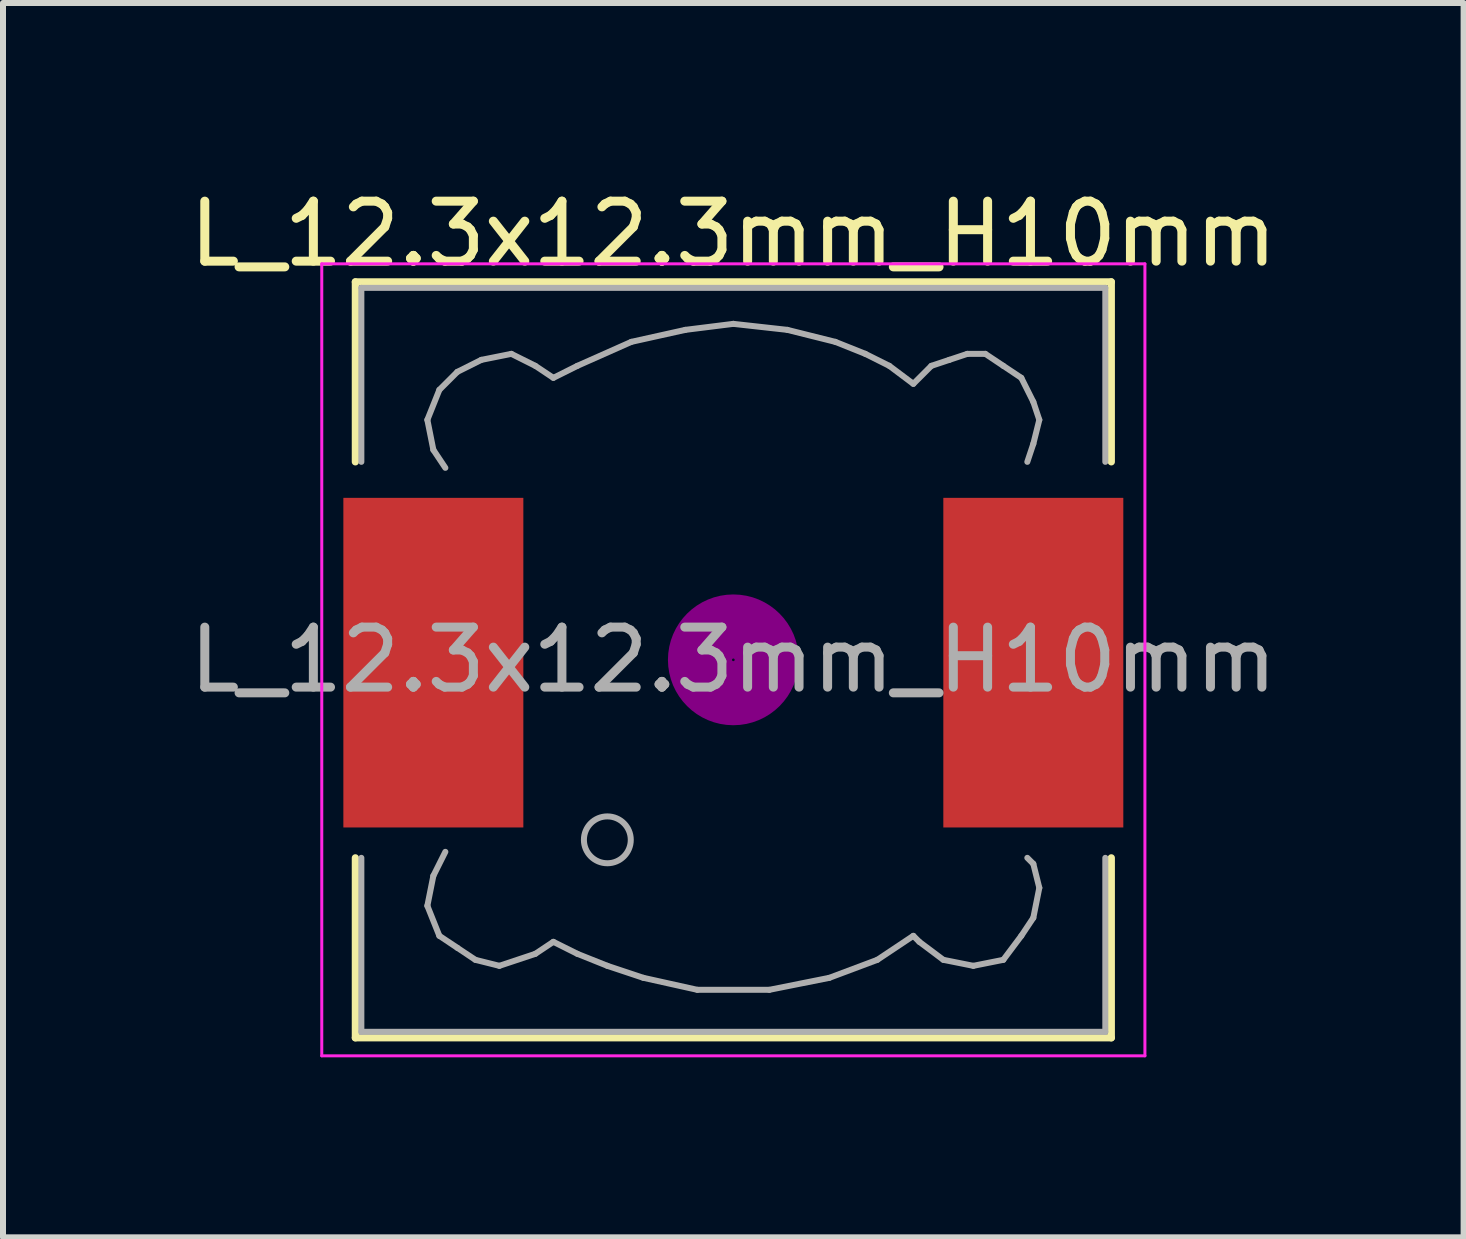
<source format=kicad_pcb>
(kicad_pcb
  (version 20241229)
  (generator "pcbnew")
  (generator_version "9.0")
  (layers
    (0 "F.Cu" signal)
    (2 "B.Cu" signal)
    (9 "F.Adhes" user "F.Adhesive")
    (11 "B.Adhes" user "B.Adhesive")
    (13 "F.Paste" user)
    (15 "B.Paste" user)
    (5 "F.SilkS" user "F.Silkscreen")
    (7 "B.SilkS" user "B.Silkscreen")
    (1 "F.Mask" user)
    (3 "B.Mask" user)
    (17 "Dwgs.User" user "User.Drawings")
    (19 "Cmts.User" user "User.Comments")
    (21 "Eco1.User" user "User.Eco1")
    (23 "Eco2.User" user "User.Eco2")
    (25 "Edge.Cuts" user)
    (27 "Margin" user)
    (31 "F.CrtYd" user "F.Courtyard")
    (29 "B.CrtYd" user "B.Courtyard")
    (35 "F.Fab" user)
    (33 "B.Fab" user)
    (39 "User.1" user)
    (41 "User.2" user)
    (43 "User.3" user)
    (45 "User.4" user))
  (footprint "L_12.3x12.3mm_H10mm"
    (layer "F.Cu")
    (at 9.173 7.948)
    (property "Reference" "L_12.3x12.3mm_H10mm" (at 0 -7.1 0) (layer "F.SilkS") (effects (font (size 1 1) (thickness 0.15))))
    (attr smd)
    (fp_line (start -6.3 -6.3) (end 6.3 -6.3) (stroke (width 0.12) (type solid)) (layer "F.SilkS"))
    (fp_line (start -6.3 -3.3) (end -6.3 -6.3) (stroke (width 0.12) (type solid)) (layer "F.SilkS"))
    (fp_line (start -6.3 6.3) (end -6.3 3.3) (stroke (width 0.12) (type solid)) (layer "F.SilkS"))
    (fp_line (start 6.3 -6.3) (end 6.3 -3.3) (stroke (width 0.12) (type solid)) (layer "F.SilkS"))
    (fp_line (start 6.3 3.3) (end 6.3 6.3) (stroke (width 0.12) (type solid)) (layer "F.SilkS"))
    (fp_line (start 6.3 6.3) (end -6.3 6.3) (stroke (width 0.12) (type solid)) (layer "F.SilkS"))
    (fp_circle (center 0 0) (end 0.15 0.15) (stroke (width 0.38) (type solid)) (fill no) (layer "F.Adhes"))
    (fp_circle (center 0 0) (end 0.55 0) (stroke (width 0.38) (type solid)) (fill no) (layer "F.Adhes"))
    (fp_circle (center 0 0) (end 0.9 0) (stroke (width 0.38) (type solid)) (fill no) (layer "F.Adhes"))
    (fp_line (start -6.86 -6.6) (end 6.86 -6.6) (stroke (width 0.05) (type solid)) (layer "F.CrtYd"))
    (fp_line (start -6.86 6.6) (end -6.86 -6.6) (stroke (width 0.05) (type solid)) (layer "F.CrtYd"))
    (fp_line (start 6.86 -6.6) (end 6.86 6.6) (stroke (width 0.05) (type solid)) (layer "F.CrtYd"))
    (fp_line (start 6.86 6.6) (end -6.86 6.6) (stroke (width 0.05) (type solid)) (layer "F.CrtYd"))
    (fp_line (start -6.2 -6.2) (end -6.2 -3.3) (stroke (width 0.1) (type solid)) (layer "F.Fab"))
    (fp_line (start -6.2 3.3) (end -6.2 6.2) (stroke (width 0.1) (type solid)) (layer "F.Fab"))
    (fp_line (start -6.2 6.2) (end 6.2 6.2) (stroke (width 0.1) (type solid)) (layer "F.Fab"))
    (fp_line (start -5.1 -4) (end -5 -3.5) (stroke (width 0.1) (type solid)) (layer "F.Fab"))
    (fp_line (start -5.1 4.1) (end -5 3.6) (stroke (width 0.1) (type solid)) (layer "F.Fab"))
    (fp_line (start -5 -3.5) (end -4.8 -3.2) (stroke (width 0.1) (type solid)) (layer "F.Fab"))
    (fp_line (start -5 3.6) (end -4.8 3.2) (stroke (width 0.1) (type solid)) (layer "F.Fab"))
    (fp_line (start -4.9 -4.5) (end -5.1 -4) (stroke (width 0.1) (type solid)) (layer "F.Fab"))
    (fp_line (start -4.9 4.6) (end -5.1 4.1) (stroke (width 0.1) (type solid)) (layer "F.Fab"))
    (fp_line (start -4.6 -4.8) (end -4.9 -4.5) (stroke (width 0.1) (type solid)) (layer "F.Fab"))
    (fp_line (start -4.6 4.8) (end -4.9 4.6) (stroke (width 0.1) (type solid)) (layer "F.Fab"))
    (fp_line (start -4.3 5) (end -4.6 4.8) (stroke (width 0.1) (type solid)) (layer "F.Fab"))
    (fp_line (start -4.2 -5) (end -4.6 -4.8) (stroke (width 0.1) (type solid)) (layer "F.Fab"))
    (fp_line (start -3.9 5.1) (end -4.3 5) (stroke (width 0.1) (type solid)) (layer "F.Fab"))
    (fp_line (start -3.7 -5.1) (end -4.2 -5) (stroke (width 0.1) (type solid)) (layer "F.Fab"))
    (fp_line (start -3.3 -4.9) (end -3.7 -5.1) (stroke (width 0.1) (type solid)) (layer "F.Fab"))
    (fp_line (start -3.3 4.9) (end -3.9 5.1) (stroke (width 0.1) (type solid)) (layer "F.Fab"))
    (fp_line (start -3 -4.7) (end -3.3 -4.9) (stroke (width 0.1) (type solid)) (layer "F.Fab"))
    (fp_line (start -3 4.7) (end -3.3 4.9) (stroke (width 0.1) (type solid)) (layer "F.Fab"))
    (fp_line (start -2.6 -4.9) (end -3 -4.7) (stroke (width 0.1) (type solid)) (layer "F.Fab"))
    (fp_line (start -2.6 4.9) (end -3 4.7) (stroke (width 0.1) (type solid)) (layer "F.Fab"))
    (fp_line (start -2.1 5.1) (end -2.6 4.9) (stroke (width 0.1) (type solid)) (layer "F.Fab"))
    (fp_line (start -1.7 -5.3) (end -2.6 -4.9) (stroke (width 0.1) (type solid)) (layer "F.Fab"))
    (fp_line (start -1.5 5.3) (end -2.1 5.1) (stroke (width 0.1) (type solid)) (layer "F.Fab"))
    (fp_line (start -0.8 -5.5) (end -1.7 -5.3) (stroke (width 0.1) (type solid)) (layer "F.Fab"))
    (fp_line (start -0.6 5.5) (end -1.5 5.3) (stroke (width 0.1) (type solid)) (layer "F.Fab"))
    (fp_line (start 0 -5.6) (end -0.8 -5.5) (stroke (width 0.1) (type solid)) (layer "F.Fab"))
    (fp_line (start 0.6 5.5) (end -0.6 5.5) (stroke (width 0.1) (type solid)) (layer "F.Fab"))
    (fp_line (start 0.9 -5.5) (end 0 -5.6) (stroke (width 0.1) (type solid)) (layer "F.Fab"))
    (fp_line (start 1.6 5.3) (end 0.6 5.5) (stroke (width 0.1) (type solid)) (layer "F.Fab"))
    (fp_line (start 1.7 -5.3) (end 0.9 -5.5) (stroke (width 0.1) (type solid)) (layer "F.Fab"))
    (fp_line (start 2.2 -5.1) (end 1.7 -5.3) (stroke (width 0.1) (type solid)) (layer "F.Fab"))
    (fp_line (start 2.4 5) (end 1.6 5.3) (stroke (width 0.1) (type solid)) (layer "F.Fab"))
    (fp_line (start 2.6 -4.9) (end 2.2 -5.1) (stroke (width 0.1) (type solid)) (layer "F.Fab"))
    (fp_line (start 3 -4.6) (end 2.6 -4.9) (stroke (width 0.1) (type solid)) (layer "F.Fab"))
    (fp_line (start 3 4.6) (end 2.4 5) (stroke (width 0.1) (type solid)) (layer "F.Fab"))
    (fp_line (start 3.1 4.7) (end 3 4.6) (stroke (width 0.1) (type solid)) (layer "F.Fab"))
    (fp_line (start 3.3 -4.9) (end 3 -4.6) (stroke (width 0.1) (type solid)) (layer "F.Fab"))
    (fp_line (start 3.5 5) (end 3.1 4.7) (stroke (width 0.1) (type solid)) (layer "F.Fab"))
    (fp_line (start 3.6 -5) (end 3.3 -4.9) (stroke (width 0.1) (type solid)) (layer "F.Fab"))
    (fp_line (start 3.9 -5.1) (end 3.6 -5) (stroke (width 0.1) (type solid)) (layer "F.Fab"))
    (fp_line (start 4 5.1) (end 3.5 5) (stroke (width 0.1) (type solid)) (layer "F.Fab"))
    (fp_line (start 4.2 -5.1) (end 3.9 -5.1) (stroke (width 0.1) (type solid)) (layer "F.Fab"))
    (fp_line (start 4.5 -4.9) (end 4.2 -5.1) (stroke (width 0.1) (type solid)) (layer "F.Fab"))
    (fp_line (start 4.5 5) (end 4 5.1) (stroke (width 0.1) (type solid)) (layer "F.Fab"))
    (fp_line (start 4.8 -4.7) (end 4.5 -4.9) (stroke (width 0.1) (type solid)) (layer "F.Fab"))
    (fp_line (start 4.8 4.6) (end 4.5 5) (stroke (width 0.1) (type solid)) (layer "F.Fab"))
    (fp_line (start 4.9 -3.3) (end 5 -3.6) (stroke (width 0.1) (type solid)) (layer "F.Fab"))
    (fp_line (start 4.9 3.3) (end 5 3.4) (stroke (width 0.1) (type solid)) (layer "F.Fab"))
    (fp_line (start 5 -4.3) (end 4.8 -4.7) (stroke (width 0.1) (type solid)) (layer "F.Fab"))
    (fp_line (start 5 -3.6) (end 5.1 -4) (stroke (width 0.1) (type solid)) (layer "F.Fab"))
    (fp_line (start 5 3.4) (end 5.1 3.8) (stroke (width 0.1) (type solid)) (layer "F.Fab"))
    (fp_line (start 5 4.3) (end 4.8 4.6) (stroke (width 0.1) (type solid)) (layer "F.Fab"))
    (fp_line (start 5.1 -4) (end 5 -4.3) (stroke (width 0.1) (type solid)) (layer "F.Fab"))
    (fp_line (start 5.1 3.8) (end 5 4.3) (stroke (width 0.1) (type solid)) (layer "F.Fab"))
    (fp_line (start 6.2 -6.2) (end -6.2 -6.2) (stroke (width 0.1) (type solid)) (layer "F.Fab"))
    (fp_line (start 6.2 -6.2) (end 6.2 -3.3) (stroke (width 0.1) (type solid)) (layer "F.Fab"))
    (fp_line (start 6.2 6.2) (end 6.2 3.3) (stroke (width 0.1) (type solid)) (layer "F.Fab"))
    (fp_circle (center -2.1 3) (end -1.8 3.25) (stroke (width 0.1) (type solid)) (fill no) (layer "F.Fab"))
    (fp_text user "${REFERENCE}" (at 0 0 0) (layer "F.Fab") (effects (font (size 1 1) (thickness 0.15))))
    (pad "1" smd rect (at -5 0.047) (size 3 5.494) (layers "F.Cu" "F.Mask" "F.Paste"))
    (pad "2" smd rect (at 5 0.047) (size 3 5.494) (layers "F.Cu" "F.Mask" "F.Paste")))
  (gr_rect
    (start -3 -3)
    (end 21.345 17.573)
    (stroke (width 0.1) (type default))
    (fill no)
    (layer "Edge.Cuts")))
</source>
